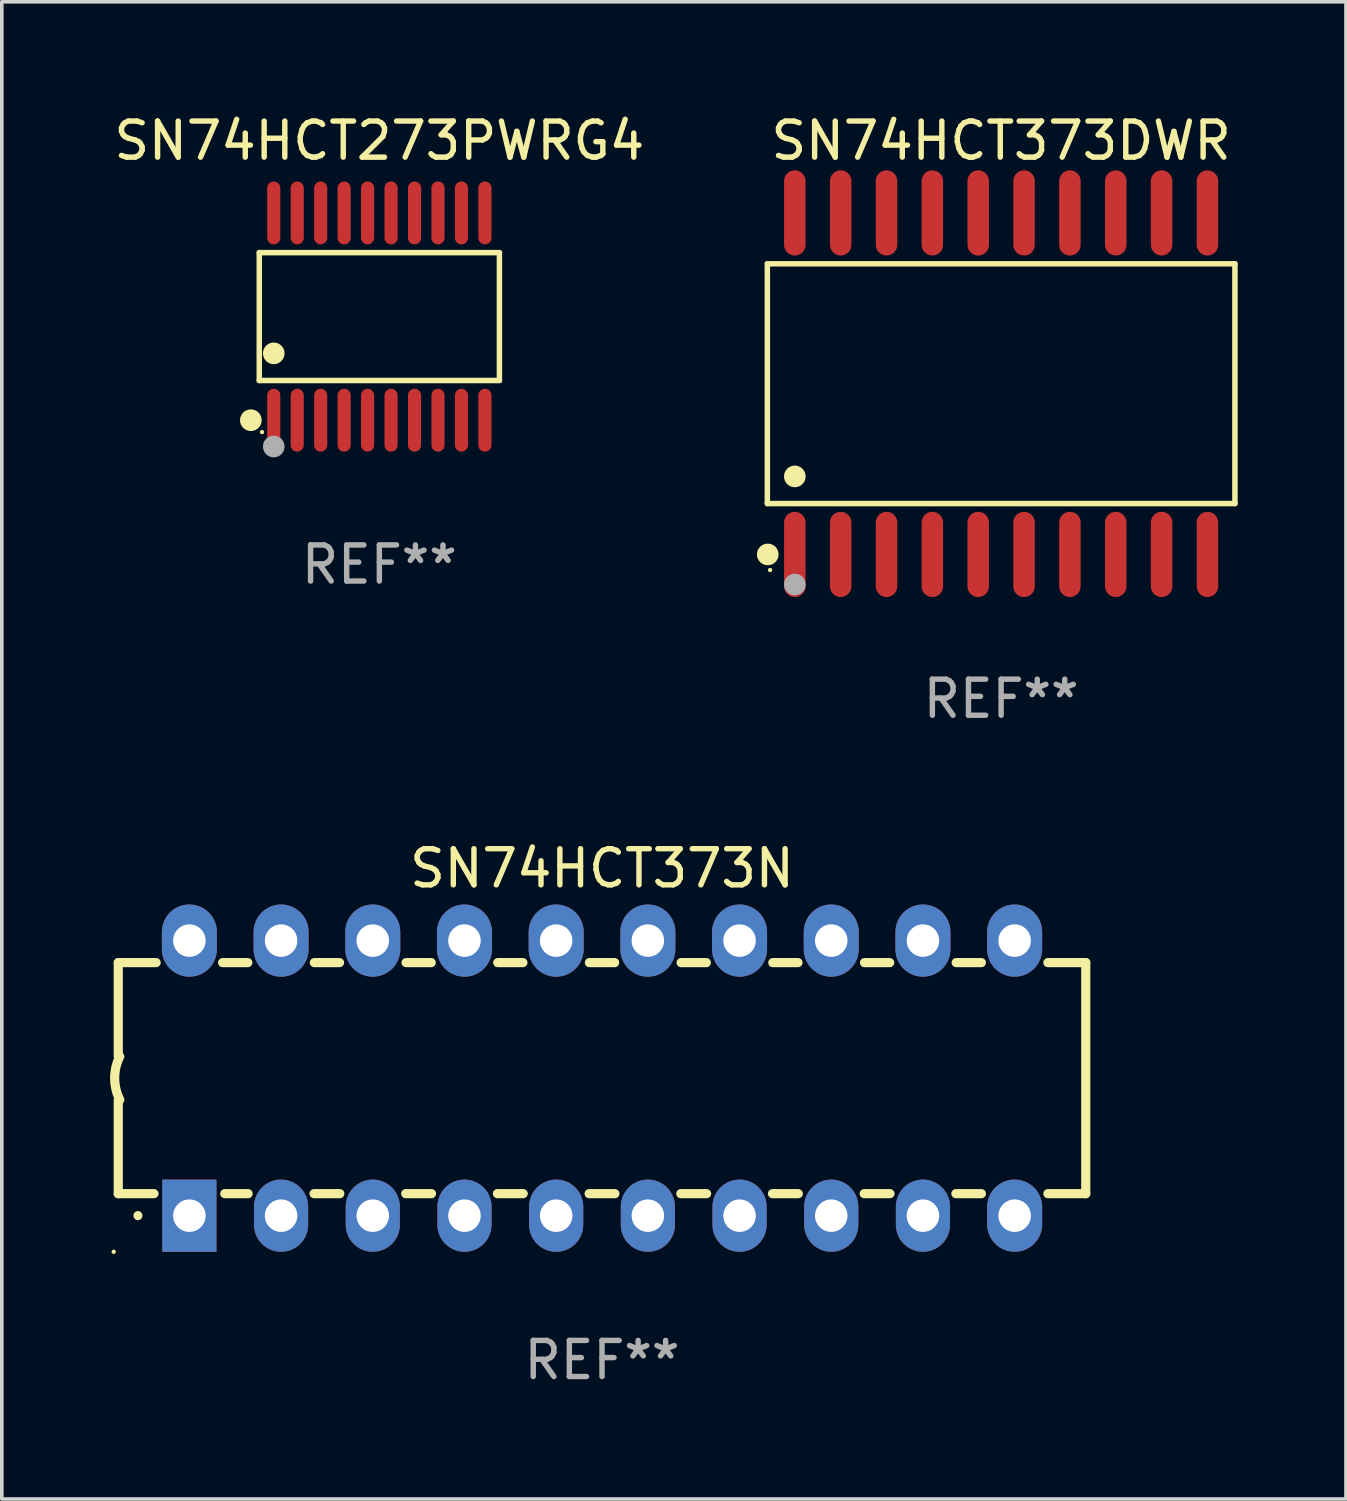
<source format=kicad_pcb>
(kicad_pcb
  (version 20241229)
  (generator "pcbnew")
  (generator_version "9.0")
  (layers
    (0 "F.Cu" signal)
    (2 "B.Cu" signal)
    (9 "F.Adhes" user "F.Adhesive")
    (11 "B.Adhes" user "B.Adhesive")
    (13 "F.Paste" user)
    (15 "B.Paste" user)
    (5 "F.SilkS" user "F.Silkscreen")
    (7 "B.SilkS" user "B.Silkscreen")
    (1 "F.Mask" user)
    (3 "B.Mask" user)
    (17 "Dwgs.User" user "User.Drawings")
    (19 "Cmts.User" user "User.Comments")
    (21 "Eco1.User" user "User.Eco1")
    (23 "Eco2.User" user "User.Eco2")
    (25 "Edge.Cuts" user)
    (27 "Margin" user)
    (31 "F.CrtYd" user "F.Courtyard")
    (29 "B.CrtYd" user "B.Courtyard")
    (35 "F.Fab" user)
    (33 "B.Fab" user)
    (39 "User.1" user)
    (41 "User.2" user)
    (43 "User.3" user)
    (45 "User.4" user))
  (footprint "SN74HCT373DWR"
    (layer "F.Cu")
    (at 24.682 7.578)
    (property "Reference" "SN74HCT373DWR" (at 0 -6.73 0) (layer "F.SilkS") (effects (font (size 1 1) (thickness 0.15))))
    (attr through_hole)
    (fp_line (start -6.476 -3.321) (end 6.476 -3.321) (stroke (width 0.152) (type solid)) (layer "F.SilkS"))
    (fp_line (start -6.476 3.321) (end -6.476 -3.321) (stroke (width 0.152) (type solid)) (layer "F.SilkS"))
    (fp_line (start 6.476 -3.321) (end 6.476 3.321) (stroke (width 0.152) (type solid)) (layer "F.SilkS"))
    (fp_line (start 6.476 3.321) (end -6.476 3.321) (stroke (width 0.152) (type solid)) (layer "F.SilkS"))
    (fp_circle (center -6.465 4.73) (end -6.315 4.73) (stroke (width 0.3) (type solid)) (fill no) (layer "F.SilkS"))
    (fp_circle (center -6.4 5.163) (end -6.37 5.163) (stroke (width 0.06) (type solid)) (fill no) (layer "F.SilkS"))
    (fp_circle (center -5.715 2.569) (end -5.565 2.569) (stroke (width 0.3) (type solid)) (fill no) (layer "F.SilkS"))
    (fp_circle (center -5.715 5.563) (end -5.565 5.563) (stroke (width 0.3) (type solid)) (fill no) (layer "F.Fab"))
    (fp_text user "REF**" (at 0 8.73 0) (layer "F.Fab") (effects (font (size 1 1) (thickness 0.15))))
    (pad "1" smd oval (at -5.715 4.73) (size 0.595 2.36) (layers "F.Cu" "F.Mask" "F.Paste"))
    (pad "2" smd oval (at -4.445 4.73) (size 0.595 2.36) (layers "F.Cu" "F.Mask" "F.Paste"))
    (pad "3" smd oval (at -3.175 4.73) (size 0.595 2.36) (layers "F.Cu" "F.Mask" "F.Paste"))
    (pad "4" smd oval (at -1.905 4.73) (size 0.595 2.36) (layers "F.Cu" "F.Mask" "F.Paste"))
    (pad "5" smd oval (at -0.635 4.73) (size 0.595 2.36) (layers "F.Cu" "F.Mask" "F.Paste"))
    (pad "6" smd oval (at 0.635 4.73) (size 0.595 2.36) (layers "F.Cu" "F.Mask" "F.Paste"))
    (pad "7" smd oval (at 1.905 4.73) (size 0.595 2.36) (layers "F.Cu" "F.Mask" "F.Paste"))
    (pad "8" smd oval (at 3.175 4.73) (size 0.595 2.36) (layers "F.Cu" "F.Mask" "F.Paste"))
    (pad "9" smd oval (at 4.445 4.73) (size 0.595 2.36) (layers "F.Cu" "F.Mask" "F.Paste"))
    (pad "10" smd oval (at 5.715 4.73) (size 0.595 2.36) (layers "F.Cu" "F.Mask" "F.Paste"))
    (pad "11" smd oval (at 5.715 -4.73) (size 0.595 2.36) (layers "F.Cu" "F.Mask" "F.Paste"))
    (pad "12" smd oval (at 4.445 -4.73) (size 0.595 2.36) (layers "F.Cu" "F.Mask" "F.Paste"))
    (pad "13" smd oval (at 3.175 -4.73) (size 0.595 2.36) (layers "F.Cu" "F.Mask" "F.Paste"))
    (pad "14" smd oval (at 1.905 -4.73) (size 0.595 2.36) (layers "F.Cu" "F.Mask" "F.Paste"))
    (pad "15" smd oval (at 0.635 -4.73) (size 0.595 2.36) (layers "F.Cu" "F.Mask" "F.Paste"))
    (pad "16" smd oval (at -0.635 -4.73) (size 0.595 2.36) (layers "F.Cu" "F.Mask" "F.Paste"))
    (pad "17" smd oval (at -1.905 -4.73) (size 0.595 2.36) (layers "F.Cu" "F.Mask" "F.Paste"))
    (pad "18" smd oval (at -3.175 -4.73) (size 0.595 2.36) (layers "F.Cu" "F.Mask" "F.Paste"))
    (pad "19" smd oval (at -4.445 -4.73) (size 0.595 2.36) (layers "F.Cu" "F.Mask" "F.Paste"))
    (pad "20" smd oval (at -5.715 -4.73) (size 0.595 2.36) (layers "F.Cu" "F.Mask" "F.Paste")))
  (footprint "SN74HCT373N"
    (layer "F.Cu")
    (at 13.626 26.815)
    (property "Reference" "SN74HCT373N" (at 0 -5.81 0) (layer "F.SilkS") (effects (font (size 1 1) (thickness 0.15))))
    (attr through_hole)
    (fp_line (start -13.4 -3.2) (end -12.351 -3.2) (stroke (width 0.254) (type solid)) (layer "F.SilkS"))
    (fp_line (start -13.4 -0.6) (end -13.4 -3.2) (stroke (width 0.254) (type solid)) (layer "F.SilkS"))
    (fp_line (start -13.4 3.2) (end -13.4 0.6) (stroke (width 0.254) (type solid)) (layer "F.SilkS"))
    (fp_line (start -13.4 3.2) (end -12.411 3.2) (stroke (width 0.254) (type solid)) (layer "F.SilkS"))
    (fp_line (start -10.509 -3.2) (end -9.811 -3.2) (stroke (width 0.254) (type solid)) (layer "F.SilkS"))
    (fp_line (start -10.449 3.2) (end -9.803 3.2) (stroke (width 0.254) (type solid)) (layer "F.SilkS"))
    (fp_line (start -7.977 3.2) (end -7.263 3.2) (stroke (width 0.254) (type solid)) (layer "F.SilkS"))
    (fp_line (start -7.969 -3.2) (end -7.271 -3.2) (stroke (width 0.254) (type solid)) (layer "F.SilkS"))
    (fp_line (start -5.437 3.2) (end -4.723 3.2) (stroke (width 0.254) (type solid)) (layer "F.SilkS"))
    (fp_line (start -5.429 -3.2) (end -4.731 -3.2) (stroke (width 0.254) (type solid)) (layer "F.SilkS"))
    (fp_line (start -2.897 3.2) (end -2.183 3.2) (stroke (width 0.254) (type solid)) (layer "F.SilkS"))
    (fp_line (start -2.889 -3.2) (end -2.191 -3.2) (stroke (width 0.254) (type solid)) (layer "F.SilkS"))
    (fp_line (start -0.357 3.2) (end 0.357 3.2) (stroke (width 0.254) (type solid)) (layer "F.SilkS"))
    (fp_line (start -0.349 -3.2) (end 0.349 -3.2) (stroke (width 0.254) (type solid)) (layer "F.SilkS"))
    (fp_line (start 2.183 3.2) (end 2.897 3.2) (stroke (width 0.254) (type solid)) (layer "F.SilkS"))
    (fp_line (start 2.191 -3.2) (end 2.889 -3.2) (stroke (width 0.254) (type solid)) (layer "F.SilkS"))
    (fp_line (start 4.723 3.2) (end 5.437 3.2) (stroke (width 0.254) (type solid)) (layer "F.SilkS"))
    (fp_line (start 4.731 -3.2) (end 5.429 -3.2) (stroke (width 0.254) (type solid)) (layer "F.SilkS"))
    (fp_line (start 7.263 3.2) (end 7.977 3.2) (stroke (width 0.254) (type solid)) (layer "F.SilkS"))
    (fp_line (start 7.271 -3.2) (end 7.969 -3.2) (stroke (width 0.254) (type solid)) (layer "F.SilkS"))
    (fp_line (start 9.803 3.2) (end 10.509 3.2) (stroke (width 0.254) (type solid)) (layer "F.SilkS"))
    (fp_line (start 9.811 -3.2) (end 10.509 -3.2) (stroke (width 0.254) (type solid)) (layer "F.SilkS"))
    (fp_line (start 12.351 -3.2) (end 13.4 -3.2) (stroke (width 0.254) (type solid)) (layer "F.SilkS"))
    (fp_line (start 12.351 3.2) (end 13.4 3.2) (stroke (width 0.254) (type solid)) (layer "F.SilkS"))
    (fp_line (start 13.4 -3.2) (end 13.4 3.2) (stroke (width 0.254) (type solid)) (layer "F.SilkS"))
    (fp_arc (start -13.357557 0.599721) (mid -13.499295 0.000123) (end -13.358598 -0.599721) (stroke (width 0.254001) (type solid)) (layer "F.SilkS"))
    (fp_arc (start -12.854966 3.810008) (mid -12.854973 3.808738) (end -12.854966 3.807468) (stroke (width 0.25) (type solid)) (layer "F.SilkS"))
    (fp_circle (center -13.527 4.81) (end -13.497 4.81) (stroke (width 0.06) (type solid)) (fill no) (layer "F.SilkS"))
    (fp_text user "REF**" (at 0 7.81 0) (layer "F.Fab") (effects (font (size 1 1) (thickness 0.15))))
    (pad "1" thru_hole rect (at -11.43 3.81 90) (size 2 1.5) (drill 0.9) (layers "*.Cu" "*.Mask"))
    (pad "2" thru_hole oval (at -8.89 3.81 90) (size 2 1.5) (drill 0.9) (layers "*.Cu" "*.Mask"))
    (pad "3" thru_hole oval (at -6.35 3.81 90) (size 2 1.5) (drill 0.9) (layers "*.Cu" "*.Mask"))
    (pad "4" thru_hole oval (at -3.81 3.81 90) (size 2 1.5) (drill 0.9) (layers "*.Cu" "*.Mask"))
    (pad "5" thru_hole oval (at -1.27 3.81 90) (size 2 1.5) (drill 0.9) (layers "*.Cu" "*.Mask"))
    (pad "6" thru_hole oval (at 1.27 3.81 90) (size 2 1.5) (drill 0.9) (layers "*.Cu" "*.Mask"))
    (pad "7" thru_hole oval (at 3.81 3.81 90) (size 2 1.5) (drill 0.9) (layers "*.Cu" "*.Mask"))
    (pad "8" thru_hole oval (at 6.35 3.81 90) (size 2 1.5) (drill 0.9) (layers "*.Cu" "*.Mask"))
    (pad "9" thru_hole oval (at 8.89 3.81 90) (size 2 1.5) (drill 0.9) (layers "*.Cu" "*.Mask"))
    (pad "10" thru_hole oval (at 11.43 3.81 90) (size 2 1.524) (drill 0.9) (layers "*.Cu" "*.Mask"))
    (pad "11" thru_hole oval (at 11.43 -3.81 90) (size 2 1.524) (drill 0.9) (layers "*.Cu" "*.Mask"))
    (pad "12" thru_hole oval (at 8.89 -3.81 90) (size 2 1.524) (drill 0.9) (layers "*.Cu" "*.Mask"))
    (pad "13" thru_hole oval (at 6.35 -3.81 90) (size 2 1.524) (drill 0.9) (layers "*.Cu" "*.Mask"))
    (pad "14" thru_hole oval (at 3.81 -3.81 90) (size 2 1.524) (drill 0.9) (layers "*.Cu" "*.Mask"))
    (pad "15" thru_hole oval (at 1.27 -3.81 90) (size 2 1.524) (drill 0.9) (layers "*.Cu" "*.Mask"))
    (pad "16" thru_hole oval (at -1.27 -3.81 90) (size 2 1.524) (drill 0.9) (layers "*.Cu" "*.Mask"))
    (pad "17" thru_hole oval (at -3.81 -3.81 90) (size 2 1.524) (drill 0.9) (layers "*.Cu" "*.Mask"))
    (pad "18" thru_hole oval (at -6.35 -3.81 90) (size 2 1.524) (drill 0.9) (layers "*.Cu" "*.Mask"))
    (pad "19" thru_hole oval (at -8.89 -3.81 90) (size 2 1.524) (drill 0.9) (layers "*.Cu" "*.Mask"))
    (pad "20" thru_hole oval (at -11.43 -3.81 90) (size 2 1.524) (drill 0.9) (layers "*.Cu" "*.Mask")))
  (footprint "SN74HCT273PWRG4"
    (layer "F.Cu")
    (at 7.458 5.719)
    (property "Reference" "SN74HCT273PWRG4" (at 0 -4.871 0) (layer "F.SilkS") (effects (font (size 1 1) (thickness 0.15))))
    (attr through_hole)
    (fp_line (start -3.326 -1.771) (end 3.326 -1.771) (stroke (width 0.152) (type solid)) (layer "F.SilkS"))
    (fp_line (start -3.326 1.771) (end -3.326 -1.771) (stroke (width 0.152) (type solid)) (layer "F.SilkS"))
    (fp_line (start 3.326 -1.771) (end 3.326 1.771) (stroke (width 0.152) (type solid)) (layer "F.SilkS"))
    (fp_line (start 3.326 1.771) (end -3.326 1.771) (stroke (width 0.152) (type solid)) (layer "F.SilkS"))
    (fp_circle (center -3.559 2.871) (end -3.409 2.871) (stroke (width 0.3) (type solid)) (fill no) (layer "F.SilkS"))
    (fp_circle (center -3.25 3.2) (end -3.22 3.2) (stroke (width 0.06) (type solid)) (fill no) (layer "F.SilkS"))
    (fp_circle (center -2.925 1.019) (end -2.775 1.019) (stroke (width 0.3) (type solid)) (fill no) (layer "F.SilkS"))
    (fp_circle (center -2.925 3.6) (end -2.775 3.6) (stroke (width 0.3) (type solid)) (fill no) (layer "F.Fab"))
    (fp_text user "REF**" (at 0 6.871 0) (layer "F.Fab") (effects (font (size 1 1) (thickness 0.15))))
    (pad "1" smd oval (at -2.925 2.871) (size 0.364 1.742) (layers "F.Cu" "F.Mask" "F.Paste"))
    (pad "2" smd oval (at -2.275 2.871) (size 0.364 1.742) (layers "F.Cu" "F.Mask" "F.Paste"))
    (pad "3" smd oval (at -1.625 2.871) (size 0.364 1.742) (layers "F.Cu" "F.Mask" "F.Paste"))
    (pad "4" smd oval (at -0.975 2.871) (size 0.364 1.742) (layers "F.Cu" "F.Mask" "F.Paste"))
    (pad "5" smd oval (at -0.325 2.871) (size 0.364 1.742) (layers "F.Cu" "F.Mask" "F.Paste"))
    (pad "6" smd oval (at 0.325 2.871) (size 0.364 1.742) (layers "F.Cu" "F.Mask" "F.Paste"))
    (pad "7" smd oval (at 0.975 2.871) (size 0.364 1.742) (layers "F.Cu" "F.Mask" "F.Paste"))
    (pad "8" smd oval (at 1.625 2.871) (size 0.364 1.742) (layers "F.Cu" "F.Mask" "F.Paste"))
    (pad "9" smd oval (at 2.275 2.871) (size 0.364 1.742) (layers "F.Cu" "F.Mask" "F.Paste"))
    (pad "10" smd oval (at 2.925 2.871) (size 0.364 1.742) (layers "F.Cu" "F.Mask" "F.Paste"))
    (pad "11" smd oval (at 2.925 -2.871) (size 0.364 1.742) (layers "F.Cu" "F.Mask" "F.Paste"))
    (pad "12" smd oval (at 2.275 -2.871) (size 0.364 1.742) (layers "F.Cu" "F.Mask" "F.Paste"))
    (pad "13" smd oval (at 1.625 -2.871) (size 0.364 1.742) (layers "F.Cu" "F.Mask" "F.Paste"))
    (pad "14" smd oval (at 0.975 -2.871) (size 0.364 1.742) (layers "F.Cu" "F.Mask" "F.Paste"))
    (pad "15" smd oval (at 0.325 -2.871) (size 0.364 1.742) (layers "F.Cu" "F.Mask" "F.Paste"))
    (pad "16" smd oval (at -0.325 -2.871) (size 0.364 1.742) (layers "F.Cu" "F.Mask" "F.Paste"))
    (pad "17" smd oval (at -0.975 -2.871) (size 0.364 1.742) (layers "F.Cu" "F.Mask" "F.Paste"))
    (pad "18" smd oval (at -1.625 -2.871) (size 0.364 1.742) (layers "F.Cu" "F.Mask" "F.Paste"))
    (pad "19" smd oval (at -2.275 -2.871) (size 0.364 1.742) (layers "F.Cu" "F.Mask" "F.Paste"))
    (pad "20" smd oval (at -2.925 -2.871) (size 0.364 1.742) (layers "F.Cu" "F.Mask" "F.Paste")))
  (gr_rect
    (start -3 -3)
    (end 34.234 38.473)
    (stroke (width 0.1) (type default))
    (fill no)
    (layer "Edge.Cuts")))
</source>
